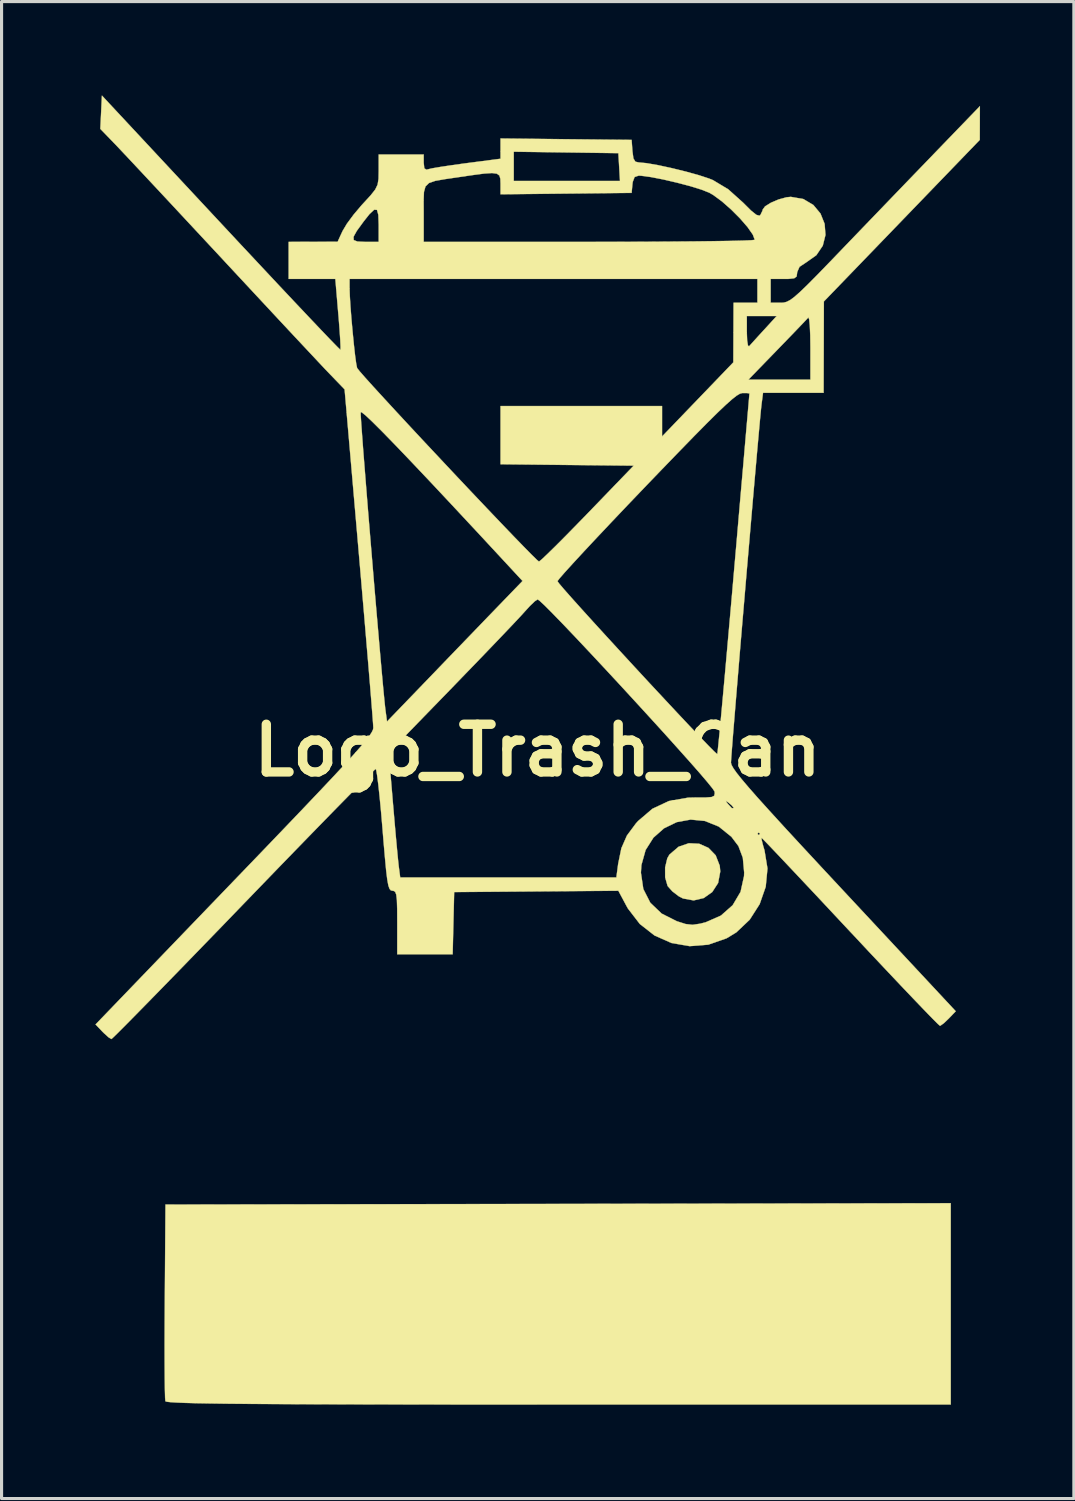
<source format=kicad_pcb>
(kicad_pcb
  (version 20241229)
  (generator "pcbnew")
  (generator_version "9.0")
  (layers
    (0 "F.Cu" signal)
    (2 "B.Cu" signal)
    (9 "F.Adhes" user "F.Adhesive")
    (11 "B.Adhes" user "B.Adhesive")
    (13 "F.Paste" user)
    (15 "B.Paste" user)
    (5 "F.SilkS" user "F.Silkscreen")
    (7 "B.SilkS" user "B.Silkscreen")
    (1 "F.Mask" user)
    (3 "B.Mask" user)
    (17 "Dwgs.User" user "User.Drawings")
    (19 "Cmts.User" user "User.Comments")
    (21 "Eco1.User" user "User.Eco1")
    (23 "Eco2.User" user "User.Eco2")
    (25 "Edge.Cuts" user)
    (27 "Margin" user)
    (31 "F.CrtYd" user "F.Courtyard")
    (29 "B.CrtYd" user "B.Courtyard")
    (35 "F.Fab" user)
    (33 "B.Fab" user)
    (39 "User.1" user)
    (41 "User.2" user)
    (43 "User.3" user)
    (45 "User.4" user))
  (footprint "Logo_Trash_Can"
    (layer "F.Cu")
    (at 14.136 20.938)
    (property "Reference" "Logo_Trash_Can" (at 0 0 0) (layer "F.SilkS") (effects (font (size 1.524 1.524) (thickness 0.3))))
    (attr through_hole)
    (fp_poly (pts (xy 5.165 2.985) (xy 5.462 3.117) (xy 5.693 3.355) (xy 5.823 3.688) (xy 5.84 3.872) (xy 5.771 4.239) (xy 5.584 4.528) (xy 5.312 4.721) (xy 4.989 4.797) (xy 4.65 4.735) (xy 4.514 4.665) (xy 4.308 4.507) (xy 4.164 4.345) (xy 4.154 4.328) (xy 4.078 4.061) (xy 4.077 3.742) (xy 4.146 3.453) (xy 4.214 3.333) (xy 4.507 3.081) (xy 4.835 2.969) (xy 5.165 2.985)) (stroke (width 0.01) (type solid)) (fill yes) (layer "F.SilkS"))
    (fp_poly (pts (xy 13.208 20.913) (xy 0.675 20.913) (xy -1.089 20.912) (xy -2.69 20.912) (xy -4.136 20.91) (xy -5.433 20.908) (xy -6.588 20.905) (xy -7.608 20.902) (xy -8.5 20.897) (xy -9.271 20.892) (xy -9.927 20.886) (xy -10.476 20.878) (xy -10.924 20.87) (xy -11.279 20.86) (xy -11.547 20.849) (xy -11.734 20.837) (xy -11.849 20.824) (xy -11.897 20.809) (xy -11.899 20.806) (xy -11.908 20.7) (xy -11.915 20.444) (xy -11.92 20.058) (xy -11.923 19.561) (xy -11.924 18.974) (xy -11.922 18.315) (xy -11.918 17.61) (xy -11.896 14.52) (xy 0.656 14.499) (xy 13.208 14.477) (xy 13.208 20.913)) (stroke (width 0.01) (type solid)) (fill yes) (layer "F.SilkS"))
    (fp_poly (pts (xy -10.128 -16.856) (xy -9.477 -16.158) (xy -8.86 -15.499) (xy -8.288 -14.888) (xy -7.769 -14.336) (xy -7.313 -13.853) (xy -6.93 -13.449) (xy -6.63 -13.135) (xy -6.421 -12.92) (xy -6.314 -12.814) (xy -6.302 -12.805) (xy -6.299 -12.894) (xy -6.309 -13.12) (xy -6.331 -13.451) (xy -6.362 -13.855) (xy -6.371 -13.951) (xy -6.466 -15.071) (xy -6.011 -15.071) (xy -6.011 -14.776) (xy -6.003 -14.532) (xy -5.982 -14.192) (xy -5.951 -13.794) (xy -5.913 -13.374) (xy -5.873 -12.97) (xy -5.834 -12.62) (xy -5.798 -12.359) (xy -5.771 -12.227) (xy -5.769 -12.222) (xy -5.691 -12.122) (xy -5.513 -11.918) (xy -5.248 -11.624) (xy -4.909 -11.254) (xy -4.511 -10.822) (xy -4.066 -10.342) (xy -3.588 -9.829) (xy -3.09 -9.298) (xy -2.587 -8.762) (xy -2.091 -8.236) (xy -1.615 -7.734) (xy -1.174 -7.271) (xy -0.781 -6.861) (xy -0.449 -6.518) (xy -0.192 -6.257) (xy -0.023 -6.091) (xy 0.044 -6.036) (xy 0.125 -6.099) (xy 0.305 -6.269) (xy 0.569 -6.527) (xy 0.899 -6.858) (xy 1.278 -7.245) (xy 1.602 -7.578) (xy 3.072 -9.102) (xy 0.943 -9.124) (xy -1.185 -9.147) (xy -1.185 -11.007) (xy 3.979 -11.007) (xy 3.979 -10.035) (xy 5.118 -11.219) (xy 5.728 -11.853) (xy 6.741 -11.853) (xy 8.721 -11.853) (xy 8.721 -12.886) (xy 8.716 -13.273) (xy 8.702 -13.58) (xy 8.682 -13.779) (xy 8.657 -13.841) (xy 8.655 -13.839) (xy 8.576 -13.753) (xy 8.4 -13.568) (xy 8.151 -13.308) (xy 7.849 -12.996) (xy 7.665 -12.806) (xy 6.741 -11.853) (xy 5.728 -11.853) (xy 6.257 -12.404) (xy 6.261 -13.356) (xy 6.263 -13.885) (xy 6.689 -13.885) (xy 6.689 -13.36) (xy 6.699 -13.103) (xy 6.725 -12.943) (xy 6.759 -12.916) (xy 6.849 -13.015) (xy 7.017 -13.201) (xy 7.228 -13.432) (xy 7.237 -13.441) (xy 7.643 -13.885) (xy 6.689 -13.885) (xy 6.263 -13.885) (xy 6.265 -14.309) (xy 7.027 -14.309) (xy 7.027 -15.071) (xy -6.011 -15.071) (xy -6.466 -15.071) (xy -7.959 -15.071) (xy -7.959 -16.256) (xy -7.176 -16.258) (xy -6.392 -16.26) (xy -6.319 -16.42) (xy -5.884 -16.42) (xy -5.878 -16.313) (xy -5.759 -16.267) (xy -5.525 -16.256) (xy -5.512 -16.256) (xy -5.08 -16.256) (xy -5.08 -16.804) (xy -5.091 -17.119) (xy -5.135 -17.278) (xy -5.225 -17.284) (xy -5.377 -17.14) (xy -5.562 -16.906) (xy -5.778 -16.61) (xy -5.884 -16.42) (xy -6.319 -16.42) (xy -6.233 -16.606) (xy -6.098 -16.833) (xy -5.883 -17.124) (xy -5.631 -17.423) (xy -5.577 -17.482) (xy -5.481 -17.586) (xy -3.643 -17.586) (xy -3.641 -17.204) (xy -3.641 -17.182) (xy -3.641 -16.256) (xy 1.651 -16.256) (xy 2.58 -16.257) (xy 3.458 -16.26) (xy 4.269 -16.265) (xy 4.999 -16.271) (xy 5.635 -16.279) (xy 6.161 -16.287) (xy 6.563 -16.297) (xy 6.828 -16.308) (xy 6.94 -16.32) (xy 6.943 -16.322) (xy 6.88 -16.488) (xy 6.714 -16.726) (xy 6.474 -17.003) (xy 6.191 -17.287) (xy 5.895 -17.548) (xy 5.617 -17.753) (xy 5.492 -17.826) (xy 5.248 -17.923) (xy 4.888 -18.035) (xy 4.463 -18.147) (xy 4.026 -18.249) (xy 3.626 -18.327) (xy 3.316 -18.369) (xy 3.231 -18.373) (xy 3.102 -18.33) (xy 3.042 -18.174) (xy 3.032 -18.098) (xy 3.006 -17.822) (xy -1.185 -17.777) (xy -1.185 -18.117) (xy -1.188 -18.203) (xy -0.762 -18.203) (xy 2.634 -18.203) (xy 2.608 -18.648) (xy 2.582 -19.092) (xy 0.91 -19.115) (xy -0.762 -19.138) (xy -0.762 -18.203) (xy -1.188 -18.203) (xy -1.19 -18.271) (xy -1.221 -18.376) (xy -1.302 -18.436) (xy -1.457 -18.456) (xy -1.711 -18.439) (xy -2.089 -18.389) (xy -2.498 -18.329) (xy -2.954 -18.262) (xy -3.27 -18.207) (xy -3.472 -18.137) (xy -3.584 -18.027) (xy -3.633 -17.852) (xy -3.643 -17.586) (xy -5.481 -17.586) (xy -5.337 -17.743) (xy -5.19 -17.929) (xy -5.114 -18.088) (xy -5.085 -18.269) (xy -5.08 -18.519) (xy -5.08 -18.532) (xy -5.08 -19.05) (xy -3.641 -19.05) (xy -3.641 -18.787) (xy -3.622 -18.608) (xy -3.553 -18.563) (xy -3.504 -18.576) (xy -3.371 -18.607) (xy -3.107 -18.652) (xy -2.748 -18.706) (xy -2.331 -18.764) (xy -2.276 -18.771) (xy -1.185 -18.913) (xy -1.185 -19.237) (xy -1.185 -19.561) (xy 0.91 -19.538) (xy 3.006 -19.516) (xy 3.032 -19.156) (xy 3.063 -18.924) (xy 3.127 -18.819) (xy 3.23 -18.796) (xy 3.484 -18.772) (xy 3.852 -18.708) (xy 4.283 -18.615) (xy 4.731 -18.505) (xy 5.147 -18.39) (xy 5.482 -18.28) (xy 5.606 -18.23) (xy 6.094 -17.937) (xy 6.571 -17.509) (xy 6.827 -17.254) (xy 6.996 -17.119) (xy 7.094 -17.093) (xy 7.123 -17.117) (xy 7.188 -17.25) (xy 7.195 -17.286) (xy 7.271 -17.39) (xy 7.459 -17.507) (xy 7.705 -17.612) (xy 7.957 -17.681) (xy 8.096 -17.695) (xy 8.497 -17.625) (xy 8.815 -17.436) (xy 9.044 -17.161) (xy 9.176 -16.832) (xy 9.203 -16.478) (xy 9.117 -16.134) (xy 8.912 -15.83) (xy 8.59 -15.602) (xy 8.373 -15.458) (xy 8.298 -15.288) (xy 8.297 -15.267) (xy 8.281 -15.15) (xy 8.204 -15.092) (xy 8.023 -15.072) (xy 7.874 -15.071) (xy 7.451 -15.071) (xy 7.451 -14.309) (xy 7.769 -14.309) (xy 7.867 -14.314) (xy 7.963 -14.339) (xy 8.074 -14.396) (xy 8.213 -14.499) (xy 8.396 -14.661) (xy 8.638 -14.895) (xy 8.955 -15.215) (xy 9.36 -15.633) (xy 9.776 -16.066) (xy 10.303 -16.614) (xy 10.876 -17.209) (xy 11.46 -17.816) (xy 12.02 -18.397) (xy 12.521 -18.916) (xy 12.802 -19.208) (xy 14.139 -20.593) (xy 14.138 -20.054) (xy 14.136 -19.516) (xy 11.644 -16.933) (xy 9.152 -14.351) (xy 9.148 -12.89) (xy 9.144 -11.43) (xy 7.207 -11.43) (xy 7.16 -11.07) (xy 7.142 -10.906) (xy 7.112 -10.595) (xy 7.072 -10.154) (xy 7.022 -9.601) (xy 6.965 -8.953) (xy 6.901 -8.228) (xy 6.833 -7.442) (xy 6.762 -6.613) (xy 6.688 -5.758) (xy 6.615 -4.896) (xy 6.542 -4.042) (xy 6.472 -3.214) (xy 6.407 -2.43) (xy 6.347 -1.708) (xy 6.294 -1.063) (xy 6.249 -0.515) (xy 6.215 -0.079) (xy 6.192 0.226) (xy 6.182 0.384) (xy 6.182 0.397) (xy 6.2 0.465) (xy 6.257 0.569) (xy 6.361 0.717) (xy 6.521 0.918) (xy 6.744 1.181) (xy 7.037 1.515) (xy 7.409 1.927) (xy 7.866 2.428) (xy 8.418 3.026) (xy 9.071 3.73) (xy 9.776 4.487) (xy 13.368 8.34) (xy 13.145 8.572) (xy 12.987 8.723) (xy 12.876 8.802) (xy 12.863 8.805) (xy 12.795 8.745) (xy 12.623 8.573) (xy 12.359 8.301) (xy 12.013 7.94) (xy 11.598 7.504) (xy 11.124 7.002) (xy 10.603 6.449) (xy 10.047 5.854) (xy 9.995 5.8) (xy 9.437 5.203) (xy 8.915 4.645) (xy 8.439 4.139) (xy 8.022 3.696) (xy 7.674 3.328) (xy 7.407 3.047) (xy 7.231 2.866) (xy 7.159 2.795) (xy 7.158 2.794) (xy 7.164 2.866) (xy 7.211 3.052) (xy 7.254 3.196) (xy 7.349 3.776) (xy 7.293 4.36) (xy 7.099 4.916) (xy 6.781 5.413) (xy 6.353 5.819) (xy 6.042 6.008) (xy 5.457 6.212) (xy 4.861 6.259) (xy 4.279 6.158) (xy 3.739 5.919) (xy 3.267 5.549) (xy 2.889 5.058) (xy 2.842 4.975) (xy 2.582 4.488) (xy -0.042 4.509) (xy -2.667 4.53) (xy -2.691 5.524) (xy -2.715 6.519) (xy -4.487 6.519) (xy -4.487 5.503) (xy -4.489 5.073) (xy -4.498 4.784) (xy -4.519 4.61) (xy -4.554 4.521) (xy -4.609 4.49) (xy -4.643 4.487) (xy -4.693 4.475) (xy -4.735 4.424) (xy -4.772 4.316) (xy -4.806 4.129) (xy -4.841 3.844) (xy -4.879 3.441) (xy -4.926 2.9) (xy -4.955 2.54) (xy -5.002 1.987) (xy -5.049 1.495) (xy -5.093 1.087) (xy -5.132 0.788) (xy -5.162 0.62) (xy -5.175 0.593) (xy -5.243 0.652) (xy -5.418 0.824) (xy -5.692 1.098) (xy -6.055 1.466) (xy -6.497 1.916) (xy -7.008 2.44) (xy -7.58 3.028) (xy -8.203 3.67) (xy -8.867 4.357) (xy -9.402 4.911) (xy -10.091 5.625) (xy -10.747 6.302) (xy -11.358 6.932) (xy -11.917 7.506) (xy -12.413 8.014) (xy -12.838 8.447) (xy -13.18 8.794) (xy -13.432 9.046) (xy -13.583 9.193) (xy -13.625 9.229) (xy -13.717 9.173) (xy -13.869 9.035) (xy -13.908 8.996) (xy -14.131 8.762) (xy -9.691 4.148) (xy -8.852 3.276) (xy -8.124 2.517) (xy -7.498 1.862) (xy -6.968 1.304) (xy -6.526 0.835) (xy -6.164 0.446) (xy -5.875 0.129) (xy -5.833 0.081) (xy -4.759 0.081) (xy -4.622 1.713) (xy -4.576 2.247) (xy -4.532 2.748) (xy -4.492 3.18) (xy -4.46 3.511) (xy -4.439 3.704) (xy -4.392 4.064) (xy 2.518 4.064) (xy 2.538 3.912) (xy 3.303 3.912) (xy 3.38 4.433) (xy 3.603 4.871) (xy 3.966 5.218) (xy 4.45 5.462) (xy 4.734 5.552) (xy 4.954 5.577) (xy 5.197 5.541) (xy 5.376 5.495) (xy 5.86 5.282) (xy 6.236 4.95) (xy 6.489 4.522) (xy 6.6 4.019) (xy 6.604 3.904) (xy 6.561 3.434) (xy 6.42 3.059) (xy 6.196 2.762) (xy 6.078 2.667) (xy 7.027 2.667) (xy 7.07 2.709) (xy 7.112 2.667) (xy 7.07 2.625) (xy 7.027 2.667) (xy 6.078 2.667) (xy 5.793 2.437) (xy 5.349 2.257) (xy 4.893 2.213) (xy 4.449 2.294) (xy 4.044 2.49) (xy 3.703 2.791) (xy 3.453 3.186) (xy 3.319 3.665) (xy 3.303 3.912) (xy 2.538 3.912) (xy 2.576 3.626) (xy 2.678 3.129) (xy 2.856 2.723) (xy 3.143 2.336) (xy 3.213 2.258) (xy 3.671 1.867) (xy 4.198 1.62) (xy 4.261 1.609) (xy 6.017 1.609) (xy 6.038 1.653) (xy 6.085 1.714) (xy 6.209 1.846) (xy 6.264 1.846) (xy 6.265 1.831) (xy 6.207 1.76) (xy 6.117 1.683) (xy 6.017 1.609) (xy 4.261 1.609) (xy 4.811 1.512) (xy 5.064 1.506) (xy 5.381 1.506) (xy 5.564 1.492) (xy 5.646 1.452) (xy 5.663 1.376) (xy 5.657 1.315) (xy 5.596 1.222) (xy 5.434 1.021) (xy 5.184 0.728) (xy 4.858 0.357) (xy 4.471 -0.076) (xy 4.037 -0.559) (xy 3.568 -1.074) (xy 3.079 -1.608) (xy 2.583 -2.147) (xy 2.094 -2.674) (xy 1.625 -3.176) (xy 1.19 -3.638) (xy 0.803 -4.044) (xy 0.476 -4.381) (xy 0.225 -4.633) (xy 0.061 -4.785) (xy 0.002 -4.826) (xy -0.089 -4.767) (xy -0.249 -4.613) (xy -0.396 -4.452) (xy -0.532 -4.302) (xy -0.77 -4.048) (xy -1.094 -3.707) (xy -1.485 -3.298) (xy -1.929 -2.836) (xy -2.408 -2.341) (xy -2.739 -1.998) (xy -4.759 0.081) (xy -5.833 0.081) (xy -5.652 -0.124) (xy -5.486 -0.322) (xy -5.371 -0.473) (xy -5.299 -0.585) (xy -5.261 -0.666) (xy -5.252 -0.72) (xy -5.259 -0.847) (xy -5.28 -1.128) (xy -5.313 -1.548) (xy -5.357 -2.09) (xy -5.411 -2.741) (xy -5.474 -3.484) (xy -5.543 -4.305) (xy -5.619 -5.187) (xy -5.699 -6.118) (xy -5.711 -6.257) (xy -6.106 -10.812) (xy -5.656 -10.812) (xy -5.654 -10.709) (xy -5.638 -10.455) (xy -5.61 -10.071) (xy -5.573 -9.573) (xy -5.526 -8.982) (xy -5.473 -8.315) (xy -5.415 -7.592) (xy -5.352 -6.831) (xy -5.287 -6.05) (xy -5.222 -5.27) (xy -5.157 -4.507) (xy -5.094 -3.781) (xy -5.036 -3.11) (xy -4.983 -2.514) (xy -4.937 -2.01) (xy -4.899 -1.618) (xy -4.872 -1.356) (xy -4.863 -1.286) (xy -4.814 -0.921) (xy -3.361 -2.429) (xy -2.909 -2.899) (xy -2.449 -3.376) (xy -2.009 -3.832) (xy -1.619 -4.237) (xy -1.305 -4.562) (xy -1.195 -4.676) (xy -0.487 -5.409) (xy 0.635 -5.409) (xy 0.69 -5.332) (xy 0.846 -5.148) (xy 1.089 -4.873) (xy 1.405 -4.521) (xy 1.779 -4.108) (xy 2.198 -3.649) (xy 2.648 -3.159) (xy 3.113 -2.654) (xy 3.581 -2.148) (xy 4.038 -1.658) (xy 4.468 -1.197) (xy 4.858 -0.782) (xy 5.195 -0.428) (xy 5.463 -0.15) (xy 5.649 0.037) (xy 5.738 0.118) (xy 5.744 0.119) (xy 5.756 0.033) (xy 5.781 -0.207) (xy 5.819 -0.589) (xy 5.867 -1.099) (xy 5.924 -1.722) (xy 5.99 -2.445) (xy 6.062 -3.254) (xy 6.14 -4.136) (xy 6.223 -5.076) (xy 6.272 -5.645) (xy 6.357 -6.613) (xy 6.436 -7.531) (xy 6.51 -8.384) (xy 6.578 -9.158) (xy 6.637 -9.841) (xy 6.687 -10.418) (xy 6.727 -10.876) (xy 6.755 -11.201) (xy 6.77 -11.379) (xy 6.773 -11.409) (xy 6.7 -11.422) (xy 6.54 -11.422) (xy 6.468 -11.402) (xy 6.362 -11.339) (xy 6.215 -11.223) (xy 6.016 -11.046) (xy 5.755 -10.798) (xy 5.423 -10.469) (xy 5.01 -10.051) (xy 4.507 -9.534) (xy 3.903 -8.909) (xy 3.471 -8.46) (xy 2.906 -7.869) (xy 2.378 -7.313) (xy 1.9 -6.806) (xy 1.481 -6.358) (xy 1.134 -5.982) (xy 0.87 -5.691) (xy 0.7 -5.496) (xy 0.635 -5.41) (xy 0.635 -5.409) (xy -0.487 -5.409) (xy -0.481 -5.415) (xy -0.855 -5.819) (xy -1.809 -6.848) (xy -2.653 -7.754) (xy -3.387 -8.538) (xy -4.015 -9.202) (xy -4.538 -9.749) (xy -4.958 -10.181) (xy -5.278 -10.5) (xy -5.499 -10.708) (xy -5.624 -10.808) (xy -5.656 -10.812) (xy -6.106 -10.812) (xy -6.17 -11.541) (xy -6.627 -12.015) (xy -6.775 -12.169) (xy -7.024 -12.434) (xy -7.363 -12.796) (xy -7.778 -13.239) (xy -8.256 -13.751) (xy -8.784 -14.318) (xy -9.349 -14.925) (xy -9.939 -15.559) (xy -10.075 -15.706) (xy -10.669 -16.344) (xy -11.241 -16.958) (xy -11.778 -17.535) (xy -12.269 -18.061) (xy -12.699 -18.521) (xy -13.056 -18.902) (xy -13.327 -19.19) (xy -13.498 -19.371) (xy -13.522 -19.396) (xy -13.979 -19.868) (xy -13.953 -20.401) (xy -13.928 -20.933) (xy -10.128 -16.856)) (stroke (width 0.01) (type solid)) (fill yes) (layer "F.SilkS")))
  (gr_rect
    (start -3 -3)
    (end 31.28 44.856)
    (stroke (width 0.1) (type default))
    (fill no)
    (layer "Edge.Cuts")))
</source>
